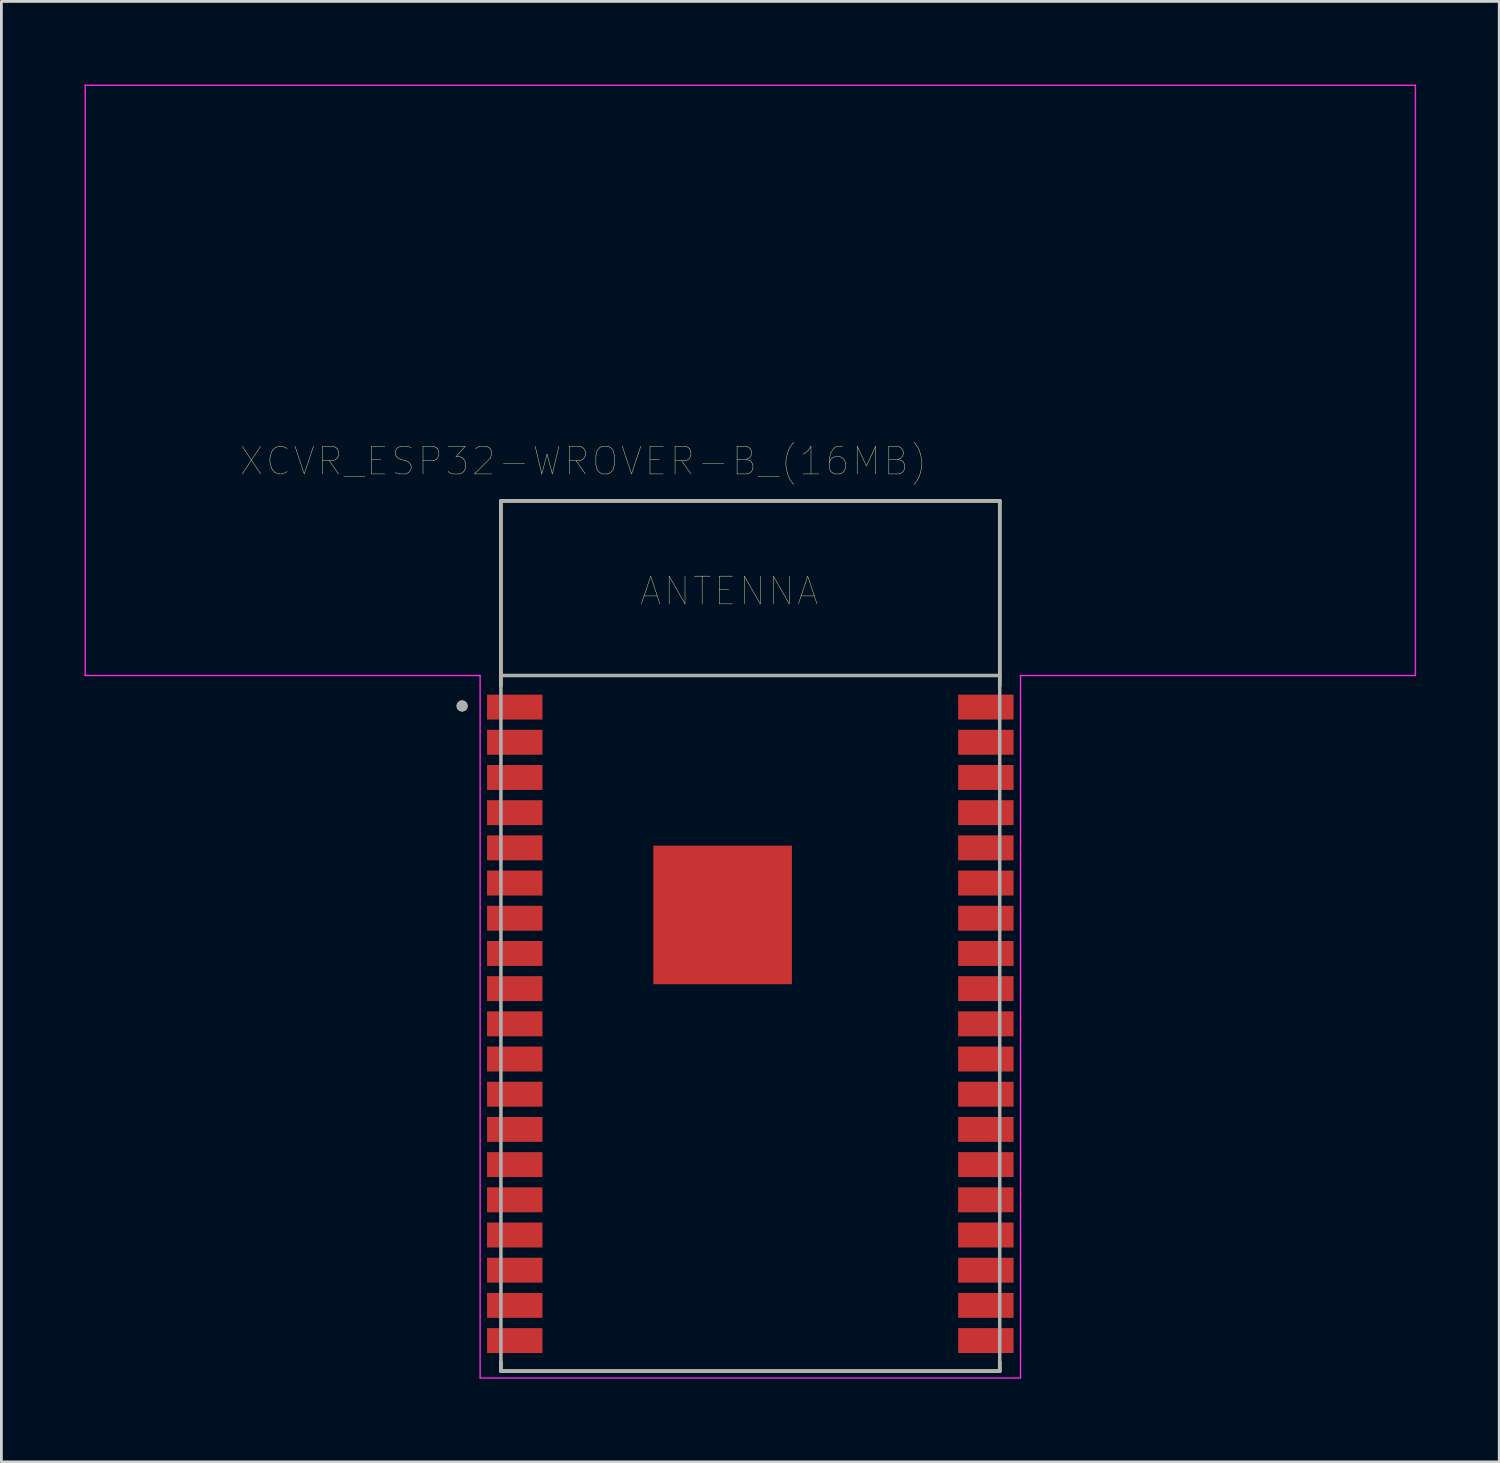
<source format=kicad_pcb>
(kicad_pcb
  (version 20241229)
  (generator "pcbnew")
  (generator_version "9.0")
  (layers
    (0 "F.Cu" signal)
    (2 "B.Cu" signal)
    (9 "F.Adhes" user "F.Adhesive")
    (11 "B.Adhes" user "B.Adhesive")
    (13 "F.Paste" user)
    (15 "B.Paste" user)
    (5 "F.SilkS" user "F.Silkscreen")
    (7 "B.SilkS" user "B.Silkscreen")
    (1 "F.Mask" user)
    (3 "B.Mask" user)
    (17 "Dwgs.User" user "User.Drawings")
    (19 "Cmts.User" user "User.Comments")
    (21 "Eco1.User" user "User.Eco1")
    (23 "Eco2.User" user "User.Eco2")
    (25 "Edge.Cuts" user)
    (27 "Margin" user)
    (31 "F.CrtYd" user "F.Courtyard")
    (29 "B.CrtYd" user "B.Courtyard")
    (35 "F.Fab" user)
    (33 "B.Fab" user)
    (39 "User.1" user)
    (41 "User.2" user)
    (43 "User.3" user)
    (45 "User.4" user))
  (footprint "XCVR_ESP32-WROVER-B_(16MB)"
    (layer "F.Cu")
    (at 24.025 30.725)
    (property "Reference" "XCVR_ESP32-WROVER-B_(16MB)" (at -6.025 -17.135 0) (layer "F.SilkS") (effects (font (size 1 1) (thickness 0.015))))
    (attr through_hole)
    (fp_line (start -9 -15.7) (end 9 -15.7) (stroke (width 0.127) (type solid)) (layer "F.SilkS"))
    (fp_line (start -9 -9.03) (end -9 -15.7) (stroke (width 0.127) (type solid)) (layer "F.SilkS"))
    (fp_line (start -9 15.36) (end -9 15.7) (stroke (width 0.127) (type solid)) (layer "F.SilkS"))
    (fp_line (start -9 15.7) (end 9 15.7) (stroke (width 0.127) (type solid)) (layer "F.SilkS"))
    (fp_line (start 9 -15.7) (end 9 -9.03) (stroke (width 0.127) (type solid)) (layer "F.SilkS"))
    (fp_line (start 9 15.7) (end 9 15.36) (stroke (width 0.127) (type solid)) (layer "F.SilkS"))
    (fp_circle (center -10.4 -8.3) (end -10.3 -8.3) (stroke (width 0.2) (type solid)) (fill no) (layer "F.SilkS"))
    (fp_poly (pts (xy -2.58 -2.34) (xy 0.58 -2.34) (xy 0.58 0.82) (xy -2.58 0.82)) (stroke (width 0.01) (type solid)) (fill yes) (layer "F.Paste"))
    (fp_line (start -24 -30.7) (end 24 -30.7) (stroke (width 0.05) (type solid)) (layer "F.CrtYd"))
    (fp_line (start -24 -9.4) (end -24 -30.7) (stroke (width 0.05) (type solid)) (layer "F.CrtYd"))
    (fp_line (start -9.75 -9.4) (end -24 -9.4) (stroke (width 0.05) (type solid)) (layer "F.CrtYd"))
    (fp_line (start -9.75 -9.4) (end -9.75 15.95) (stroke (width 0.05) (type solid)) (layer "F.CrtYd"))
    (fp_line (start -9.75 15.95) (end 9.75 15.95) (stroke (width 0.05) (type solid)) (layer "F.CrtYd"))
    (fp_line (start 9.75 15.95) (end 9.75 -9.4) (stroke (width 0.05) (type solid)) (layer "F.CrtYd"))
    (fp_line (start 24 -30.7) (end 24 -9.4) (stroke (width 0.05) (type solid)) (layer "F.CrtYd"))
    (fp_line (start 24 -9.4) (end 9.75 -9.4) (stroke (width 0.05) (type solid)) (layer "F.CrtYd"))
    (fp_line (start -9 -15.7) (end 9 -15.7) (stroke (width 0.127) (type solid)) (layer "F.Fab"))
    (fp_line (start -9 -9.4) (end -9 -15.7) (stroke (width 0.127) (type solid)) (layer "F.Fab"))
    (fp_line (start -9 -9.4) (end 9 -9.4) (stroke (width 0.127) (type solid)) (layer "F.Fab"))
    (fp_line (start -9 15.7) (end -9 -9.4) (stroke (width 0.127) (type solid)) (layer "F.Fab"))
    (fp_line (start 9 -15.7) (end 9 -9.4) (stroke (width 0.127) (type solid)) (layer "F.Fab"))
    (fp_line (start 9 -9.4) (end 9 15.7) (stroke (width 0.127) (type solid)) (layer "F.Fab"))
    (fp_line (start 9 15.7) (end -9 15.7) (stroke (width 0.127) (type solid)) (layer "F.Fab"))
    (fp_circle (center -10.4 -8.3) (end -10.3 -8.3) (stroke (width 0.2) (type solid)) (fill no) (layer "F.Fab"))
    (fp_text user "ANTENNA" (at -0.762 -12.446 0) (layer "F.SilkS") (effects (font (size 1 1) (thickness 0.015))))
    (pad "1" smd rect (at -8.5 -8.26) (size 2 0.9) (layers "F.Cu" "F.Mask" "F.Paste"))
    (pad "2" smd rect (at -8.5 -6.99) (size 2 0.9) (layers "F.Cu" "F.Mask" "F.Paste"))
    (pad "3" smd rect (at -8.5 -5.72) (size 2 0.9) (layers "F.Cu" "F.Mask" "F.Paste"))
    (pad "4" smd rect (at -8.5 -4.45) (size 2 0.9) (layers "F.Cu" "F.Mask" "F.Paste"))
    (pad "5" smd rect (at -8.5 -3.18) (size 2 0.9) (layers "F.Cu" "F.Mask" "F.Paste"))
    (pad "6" smd rect (at -8.5 -1.91) (size 2 0.9) (layers "F.Cu" "F.Mask" "F.Paste"))
    (pad "7" smd rect (at -8.5 -0.64) (size 2 0.9) (layers "F.Cu" "F.Mask" "F.Paste"))
    (pad "8" smd rect (at -8.5 0.63) (size 2 0.9) (layers "F.Cu" "F.Mask" "F.Paste"))
    (pad "9" smd rect (at -8.5 1.9) (size 2 0.9) (layers "F.Cu" "F.Mask" "F.Paste"))
    (pad "10" smd rect (at -8.5 3.17) (size 2 0.9) (layers "F.Cu" "F.Mask" "F.Paste"))
    (pad "11" smd rect (at -8.5 4.44) (size 2 0.9) (layers "F.Cu" "F.Mask" "F.Paste"))
    (pad "12" smd rect (at -8.5 5.71) (size 2 0.9) (layers "F.Cu" "F.Mask" "F.Paste"))
    (pad "13" smd rect (at -8.5 6.98) (size 2 0.9) (layers "F.Cu" "F.Mask" "F.Paste"))
    (pad "14" smd rect (at -8.5 8.25) (size 2 0.9) (layers "F.Cu" "F.Mask" "F.Paste"))
    (pad "15" smd rect (at -8.5 9.52) (size 2 0.9) (layers "F.Cu" "F.Mask" "F.Paste"))
    (pad "16" smd rect (at -8.5 10.79) (size 2 0.9) (layers "F.Cu" "F.Mask" "F.Paste"))
    (pad "17" smd rect (at -8.5 12.06) (size 2 0.9) (layers "F.Cu" "F.Mask" "F.Paste"))
    (pad "18" smd rect (at -8.5 13.33) (size 2 0.9) (layers "F.Cu" "F.Mask" "F.Paste"))
    (pad "19" smd rect (at -8.5 14.6) (size 2 0.9) (layers "F.Cu" "F.Mask" "F.Paste"))
    (pad "20" smd rect (at 8.5 14.6) (size 2 0.9) (layers "F.Cu" "F.Mask" "F.Paste"))
    (pad "21" smd rect (at 8.5 13.33) (size 2 0.9) (layers "F.Cu" "F.Mask" "F.Paste"))
    (pad "22" smd rect (at 8.5 12.06) (size 2 0.9) (layers "F.Cu" "F.Mask" "F.Paste"))
    (pad "23" smd rect (at 8.5 10.79) (size 2 0.9) (layers "F.Cu" "F.Mask" "F.Paste"))
    (pad "24" smd rect (at 8.5 9.52) (size 2 0.9) (layers "F.Cu" "F.Mask" "F.Paste"))
    (pad "25" smd rect (at 8.5 8.25) (size 2 0.9) (layers "F.Cu" "F.Mask" "F.Paste"))
    (pad "26" smd rect (at 8.5 6.98) (size 2 0.9) (layers "F.Cu" "F.Mask" "F.Paste"))
    (pad "27" smd rect (at 8.5 5.71) (size 2 0.9) (layers "F.Cu" "F.Mask" "F.Paste"))
    (pad "28" smd rect (at 8.5 4.44) (size 2 0.9) (layers "F.Cu" "F.Mask" "F.Paste"))
    (pad "29" smd rect (at 8.5 3.17) (size 2 0.9) (layers "F.Cu" "F.Mask" "F.Paste"))
    (pad "30" smd rect (at 8.5 1.9) (size 2 0.9) (layers "F.Cu" "F.Mask" "F.Paste"))
    (pad "31" smd rect (at 8.5 0.63) (size 2 0.9) (layers "F.Cu" "F.Mask" "F.Paste"))
    (pad "32" smd rect (at 8.5 -0.64) (size 2 0.9) (layers "F.Cu" "F.Mask" "F.Paste"))
    (pad "33" smd rect (at 8.5 -1.91) (size 2 0.9) (layers "F.Cu" "F.Mask" "F.Paste"))
    (pad "34" smd rect (at 8.5 -3.18) (size 2 0.9) (layers "F.Cu" "F.Mask" "F.Paste"))
    (pad "35" smd rect (at 8.5 -4.45) (size 2 0.9) (layers "F.Cu" "F.Mask" "F.Paste"))
    (pad "36" smd rect (at 8.5 -5.72) (size 2 0.9) (layers "F.Cu" "F.Mask" "F.Paste"))
    (pad "37" smd rect (at 8.5 -6.99) (size 2 0.9) (layers "F.Cu" "F.Mask" "F.Paste"))
    (pad "38" smd rect (at 8.5 -8.26) (size 2 0.9) (layers "F.Cu" "F.Mask" "F.Paste"))
    (pad "39" smd rect (at -1 -0.76) (size 5 5) (layers "F.Cu" "F.Mask")))
  (gr_rect
    (start -3 -3)
    (end 51.05 49.7)
    (stroke (width 0.1) (type default))
    (fill no)
    (layer "Edge.Cuts")))
</source>
